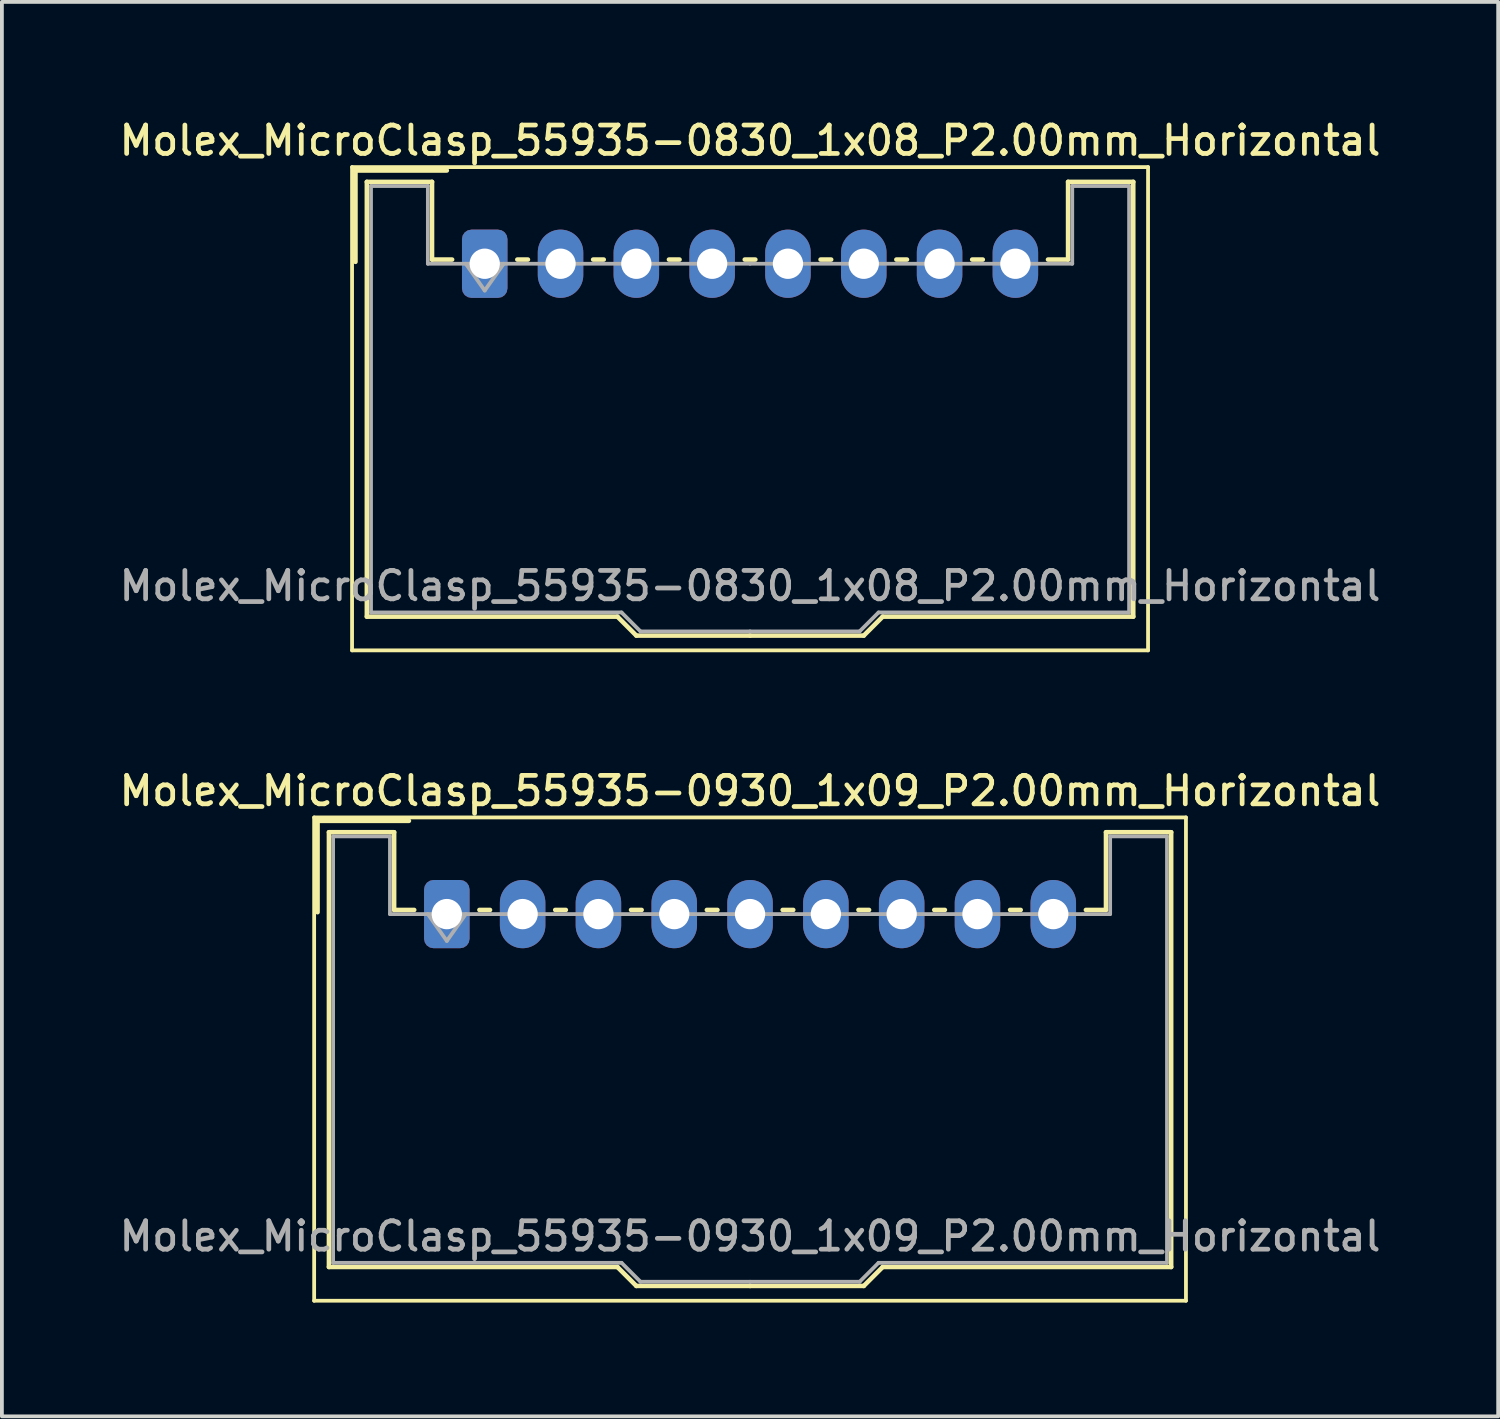
<source format=kicad_pcb>
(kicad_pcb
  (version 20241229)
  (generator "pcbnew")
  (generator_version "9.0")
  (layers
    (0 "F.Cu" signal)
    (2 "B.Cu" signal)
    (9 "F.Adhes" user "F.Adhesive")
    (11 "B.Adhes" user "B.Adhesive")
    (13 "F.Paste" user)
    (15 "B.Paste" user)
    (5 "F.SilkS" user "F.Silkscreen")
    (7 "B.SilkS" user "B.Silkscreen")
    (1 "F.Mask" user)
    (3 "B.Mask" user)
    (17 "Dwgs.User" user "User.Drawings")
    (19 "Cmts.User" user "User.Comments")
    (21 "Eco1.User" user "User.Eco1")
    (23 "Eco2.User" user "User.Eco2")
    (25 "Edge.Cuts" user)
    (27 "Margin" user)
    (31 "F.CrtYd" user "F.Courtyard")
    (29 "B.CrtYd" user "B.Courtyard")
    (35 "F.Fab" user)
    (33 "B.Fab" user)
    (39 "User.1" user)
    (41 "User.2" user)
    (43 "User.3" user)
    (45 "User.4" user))
  (footprint "Molex_MicroClasp_55935-0830_1x08_P2.00mm_Horizontal"
    (layer "F.Cu")
    (at 9.738 3.908)
    (property "Reference" "Molex_MicroClasp_55935-0830_1x08_P2.00mm_Horizontal" (at 7 -3.25 0) (layer "F.SilkS") (effects (font (size 0.75 0.75) (thickness 0.125))))
    (attr through_hole)
    (fp_line (start -3.5 -2.55) (end -3.5 10.2) (stroke (width 0.1) (type solid)) (layer "F.SilkS"))
    (fp_line (start -3.5 10.2) (end 17.5 10.2) (stroke (width 0.1) (type solid)) (layer "F.SilkS"))
    (fp_line (start -3.41 -2.46) (end -1 -2.46) (stroke (width 0.12) (type solid)) (layer "F.SilkS"))
    (fp_line (start -3.41 -0.05) (end -3.41 -2.46) (stroke (width 0.12) (type solid)) (layer "F.SilkS"))
    (fp_line (start -3.11 -2.16) (end -1.39 -2.16) (stroke (width 0.12) (type solid)) (layer "F.SilkS"))
    (fp_line (start -3.11 9.31) (end -3.11 -2.16) (stroke (width 0.12) (type solid)) (layer "F.SilkS"))
    (fp_line (start -1.39 -2.16) (end -1.39 -0.11) (stroke (width 0.12) (type solid)) (layer "F.SilkS"))
    (fp_line (start -1.39 -0.11) (end -0.86 -0.11) (stroke (width 0.12) (type solid)) (layer "F.SilkS"))
    (fp_line (start 0.86 -0.11) (end 1.14 -0.11) (stroke (width 0.12) (type solid)) (layer "F.SilkS"))
    (fp_line (start 2.86 -0.11) (end 3.14 -0.11) (stroke (width 0.12) (type solid)) (layer "F.SilkS"))
    (fp_line (start 3.5 9.31) (end -3.11 9.31) (stroke (width 0.12) (type solid)) (layer "F.SilkS"))
    (fp_line (start 4 9.81) (end 3.5 9.31) (stroke (width 0.12) (type solid)) (layer "F.SilkS"))
    (fp_line (start 4.86 -0.11) (end 5.14 -0.11) (stroke (width 0.12) (type solid)) (layer "F.SilkS"))
    (fp_line (start 6.86 -0.11) (end 7.14 -0.11) (stroke (width 0.12) (type solid)) (layer "F.SilkS"))
    (fp_line (start 7 9.81) (end 4 9.81) (stroke (width 0.12) (type solid)) (layer "F.SilkS"))
    (fp_line (start 7 9.81) (end 10 9.81) (stroke (width 0.12) (type solid)) (layer "F.SilkS"))
    (fp_line (start 8.86 -0.11) (end 9.14 -0.11) (stroke (width 0.12) (type solid)) (layer "F.SilkS"))
    (fp_line (start 10 9.81) (end 10.5 9.31) (stroke (width 0.12) (type solid)) (layer "F.SilkS"))
    (fp_line (start 10.5 9.31) (end 17.11 9.31) (stroke (width 0.12) (type solid)) (layer "F.SilkS"))
    (fp_line (start 10.86 -0.11) (end 11.14 -0.11) (stroke (width 0.12) (type solid)) (layer "F.SilkS"))
    (fp_line (start 12.86 -0.11) (end 13.14 -0.11) (stroke (width 0.12) (type solid)) (layer "F.SilkS"))
    (fp_line (start 15.39 -2.16) (end 15.39 -0.11) (stroke (width 0.12) (type solid)) (layer "F.SilkS"))
    (fp_line (start 15.39 -0.11) (end 14.86 -0.11) (stroke (width 0.12) (type solid)) (layer "F.SilkS"))
    (fp_line (start 17.11 -2.16) (end 15.39 -2.16) (stroke (width 0.12) (type solid)) (layer "F.SilkS"))
    (fp_line (start 17.11 9.31) (end 17.11 -2.16) (stroke (width 0.12) (type solid)) (layer "F.SilkS"))
    (fp_line (start 17.5 -2.55) (end -3.5 -2.55) (stroke (width 0.1) (type solid)) (layer "F.SilkS"))
    (fp_line (start 17.5 10.2) (end 17.5 -2.55) (stroke (width 0.1) (type solid)) (layer "F.SilkS"))
    (fp_line (start -3 -2.05) (end -1.5 -2.05) (stroke (width 0.1) (type solid)) (layer "F.Fab"))
    (fp_line (start -3 9.2) (end -3 -2.05) (stroke (width 0.1) (type solid)) (layer "F.Fab"))
    (fp_line (start -1.5 -2.05) (end -1.5 0) (stroke (width 0.1) (type solid)) (layer "F.Fab"))
    (fp_line (start -1.5 0) (end 7 0) (stroke (width 0.1) (type solid)) (layer "F.Fab"))
    (fp_line (start -0.5 0) (end 0 0.707) (stroke (width 0.1) (type solid)) (layer "F.Fab"))
    (fp_line (start 0 0.707) (end 0.5 0) (stroke (width 0.1) (type solid)) (layer "F.Fab"))
    (fp_line (start 3.61 9.2) (end -3 9.2) (stroke (width 0.1) (type solid)) (layer "F.Fab"))
    (fp_line (start 4.11 9.7) (end 3.61 9.2) (stroke (width 0.1) (type solid)) (layer "F.Fab"))
    (fp_line (start 7 9.7) (end 4.11 9.7) (stroke (width 0.1) (type solid)) (layer "F.Fab"))
    (fp_line (start 7 9.7) (end 9.89 9.7) (stroke (width 0.1) (type solid)) (layer "F.Fab"))
    (fp_line (start 9.89 9.7) (end 10.39 9.2) (stroke (width 0.1) (type solid)) (layer "F.Fab"))
    (fp_line (start 10.39 9.2) (end 17 9.2) (stroke (width 0.1) (type solid)) (layer "F.Fab"))
    (fp_line (start 15.5 -2.05) (end 15.5 0) (stroke (width 0.1) (type solid)) (layer "F.Fab"))
    (fp_line (start 15.5 0) (end 7 0) (stroke (width 0.1) (type solid)) (layer "F.Fab"))
    (fp_line (start 17 -2.05) (end 15.5 -2.05) (stroke (width 0.1) (type solid)) (layer "F.Fab"))
    (fp_line (start 17 9.2) (end 17 -2.05) (stroke (width 0.1) (type solid)) (layer "F.Fab"))
    (fp_text user "${REFERENCE}" (at 7 8.5 0) (layer "F.Fab") (effects (font (size 0.75 0.75) (thickness 0.125))))
    (pad "1" thru_hole roundrect (at 0 0) (size 1.2 1.8) (drill 0.8) (layers "*.Cu" "*.Mask") (roundrect_rratio 0.208))
    (pad "2" thru_hole oval (at 2 0) (size 1.2 1.8) (drill 0.8) (layers "*.Cu" "*.Mask"))
    (pad "3" thru_hole oval (at 4 0) (size 1.2 1.8) (drill 0.8) (layers "*.Cu" "*.Mask"))
    (pad "4" thru_hole oval (at 6 0) (size 1.2 1.8) (drill 0.8) (layers "*.Cu" "*.Mask"))
    (pad "5" thru_hole oval (at 8 0) (size 1.2 1.8) (drill 0.8) (layers "*.Cu" "*.Mask"))
    (pad "6" thru_hole oval (at 10 0) (size 1.2 1.8) (drill 0.8) (layers "*.Cu" "*.Mask"))
    (pad "7" thru_hole oval (at 12 0) (size 1.2 1.8) (drill 0.8) (layers "*.Cu" "*.Mask"))
    (pad "8" thru_hole oval (at 14 0) (size 1.2 1.8) (drill 0.8) (layers "*.Cu" "*.Mask")))
  (footprint "Molex_MicroClasp_55935-0930_1x09_P2.00mm_Horizontal"
    (layer "F.Cu")
    (at 8.738 21.066)
    (property "Reference" "Molex_MicroClasp_55935-0930_1x09_P2.00mm_Horizontal" (at 8 -3.25 0) (layer "F.SilkS") (effects (font (size 0.75 0.75) (thickness 0.125))))
    (attr through_hole)
    (fp_line (start -3.5 -2.55) (end -3.5 10.2) (stroke (width 0.1) (type solid)) (layer "F.SilkS"))
    (fp_line (start -3.5 10.2) (end 19.5 10.2) (stroke (width 0.1) (type solid)) (layer "F.SilkS"))
    (fp_line (start -3.41 -2.46) (end -1 -2.46) (stroke (width 0.12) (type solid)) (layer "F.SilkS"))
    (fp_line (start -3.41 -0.05) (end -3.41 -2.46) (stroke (width 0.12) (type solid)) (layer "F.SilkS"))
    (fp_line (start -3.11 -2.16) (end -1.39 -2.16) (stroke (width 0.12) (type solid)) (layer "F.SilkS"))
    (fp_line (start -3.11 9.31) (end -3.11 -2.16) (stroke (width 0.12) (type solid)) (layer "F.SilkS"))
    (fp_line (start -1.39 -2.16) (end -1.39 -0.11) (stroke (width 0.12) (type solid)) (layer "F.SilkS"))
    (fp_line (start -1.39 -0.11) (end -0.86 -0.11) (stroke (width 0.12) (type solid)) (layer "F.SilkS"))
    (fp_line (start 0.86 -0.11) (end 1.14 -0.11) (stroke (width 0.12) (type solid)) (layer "F.SilkS"))
    (fp_line (start 2.86 -0.11) (end 3.14 -0.11) (stroke (width 0.12) (type solid)) (layer "F.SilkS"))
    (fp_line (start 4.5 9.31) (end -3.11 9.31) (stroke (width 0.12) (type solid)) (layer "F.SilkS"))
    (fp_line (start 4.86 -0.11) (end 5.14 -0.11) (stroke (width 0.12) (type solid)) (layer "F.SilkS"))
    (fp_line (start 5 9.81) (end 4.5 9.31) (stroke (width 0.12) (type solid)) (layer "F.SilkS"))
    (fp_line (start 6.86 -0.11) (end 7.14 -0.11) (stroke (width 0.12) (type solid)) (layer "F.SilkS"))
    (fp_line (start 8 9.81) (end 5 9.81) (stroke (width 0.12) (type solid)) (layer "F.SilkS"))
    (fp_line (start 8 9.81) (end 11 9.81) (stroke (width 0.12) (type solid)) (layer "F.SilkS"))
    (fp_line (start 8.86 -0.11) (end 9.14 -0.11) (stroke (width 0.12) (type solid)) (layer "F.SilkS"))
    (fp_line (start 10.86 -0.11) (end 11.14 -0.11) (stroke (width 0.12) (type solid)) (layer "F.SilkS"))
    (fp_line (start 11 9.81) (end 11.5 9.31) (stroke (width 0.12) (type solid)) (layer "F.SilkS"))
    (fp_line (start 11.5 9.31) (end 19.11 9.31) (stroke (width 0.12) (type solid)) (layer "F.SilkS"))
    (fp_line (start 12.86 -0.11) (end 13.14 -0.11) (stroke (width 0.12) (type solid)) (layer "F.SilkS"))
    (fp_line (start 14.86 -0.11) (end 15.14 -0.11) (stroke (width 0.12) (type solid)) (layer "F.SilkS"))
    (fp_line (start 17.39 -2.16) (end 17.39 -0.11) (stroke (width 0.12) (type solid)) (layer "F.SilkS"))
    (fp_line (start 17.39 -0.11) (end 16.86 -0.11) (stroke (width 0.12) (type solid)) (layer "F.SilkS"))
    (fp_line (start 19.11 -2.16) (end 17.39 -2.16) (stroke (width 0.12) (type solid)) (layer "F.SilkS"))
    (fp_line (start 19.11 9.31) (end 19.11 -2.16) (stroke (width 0.12) (type solid)) (layer "F.SilkS"))
    (fp_line (start 19.5 -2.55) (end -3.5 -2.55) (stroke (width 0.1) (type solid)) (layer "F.SilkS"))
    (fp_line (start 19.5 10.2) (end 19.5 -2.55) (stroke (width 0.1) (type solid)) (layer "F.SilkS"))
    (fp_line (start -3 -2.05) (end -1.5 -2.05) (stroke (width 0.1) (type solid)) (layer "F.Fab"))
    (fp_line (start -3 9.2) (end -3 -2.05) (stroke (width 0.1) (type solid)) (layer "F.Fab"))
    (fp_line (start -1.5 -2.05) (end -1.5 0) (stroke (width 0.1) (type solid)) (layer "F.Fab"))
    (fp_line (start -1.5 0) (end 8 0) (stroke (width 0.1) (type solid)) (layer "F.Fab"))
    (fp_line (start -0.5 0) (end 0 0.707) (stroke (width 0.1) (type solid)) (layer "F.Fab"))
    (fp_line (start 0 0.707) (end 0.5 0) (stroke (width 0.1) (type solid)) (layer "F.Fab"))
    (fp_line (start 4.61 9.2) (end -3 9.2) (stroke (width 0.1) (type solid)) (layer "F.Fab"))
    (fp_line (start 5.11 9.7) (end 4.61 9.2) (stroke (width 0.1) (type solid)) (layer "F.Fab"))
    (fp_line (start 8 9.7) (end 5.11 9.7) (stroke (width 0.1) (type solid)) (layer "F.Fab"))
    (fp_line (start 8 9.7) (end 10.89 9.7) (stroke (width 0.1) (type solid)) (layer "F.Fab"))
    (fp_line (start 10.89 9.7) (end 11.39 9.2) (stroke (width 0.1) (type solid)) (layer "F.Fab"))
    (fp_line (start 11.39 9.2) (end 19 9.2) (stroke (width 0.1) (type solid)) (layer "F.Fab"))
    (fp_line (start 17.5 -2.05) (end 17.5 0) (stroke (width 0.1) (type solid)) (layer "F.Fab"))
    (fp_line (start 17.5 0) (end 8 0) (stroke (width 0.1) (type solid)) (layer "F.Fab"))
    (fp_line (start 19 -2.05) (end 17.5 -2.05) (stroke (width 0.1) (type solid)) (layer "F.Fab"))
    (fp_line (start 19 9.2) (end 19 -2.05) (stroke (width 0.1) (type solid)) (layer "F.Fab"))
    (fp_text user "${REFERENCE}" (at 8 8.5 0) (layer "F.Fab") (effects (font (size 0.75 0.75) (thickness 0.125))))
    (pad "1" thru_hole roundrect (at 0 0) (size 1.2 1.8) (drill 0.8) (layers "*.Cu" "*.Mask") (roundrect_rratio 0.208))
    (pad "2" thru_hole oval (at 2 0) (size 1.2 1.8) (drill 0.8) (layers "*.Cu" "*.Mask"))
    (pad "3" thru_hole oval (at 4 0) (size 1.2 1.8) (drill 0.8) (layers "*.Cu" "*.Mask"))
    (pad "4" thru_hole oval (at 6 0) (size 1.2 1.8) (drill 0.8) (layers "*.Cu" "*.Mask"))
    (pad "5" thru_hole oval (at 8 0) (size 1.2 1.8) (drill 0.8) (layers "*.Cu" "*.Mask"))
    (pad "6" thru_hole oval (at 10 0) (size 1.2 1.8) (drill 0.8) (layers "*.Cu" "*.Mask"))
    (pad "7" thru_hole oval (at 12 0) (size 1.2 1.8) (drill 0.8) (layers "*.Cu" "*.Mask"))
    (pad "8" thru_hole oval (at 14 0) (size 1.2 1.8) (drill 0.8) (layers "*.Cu" "*.Mask"))
    (pad "9" thru_hole oval (at 16 0) (size 1.2 1.8) (drill 0.8) (layers "*.Cu" "*.Mask")))
  (gr_rect
    (start -3 -3)
    (end 36.475 34.316)
    (stroke (width 0.1) (type default))
    (fill no)
    (layer "Edge.Cuts")))
</source>
